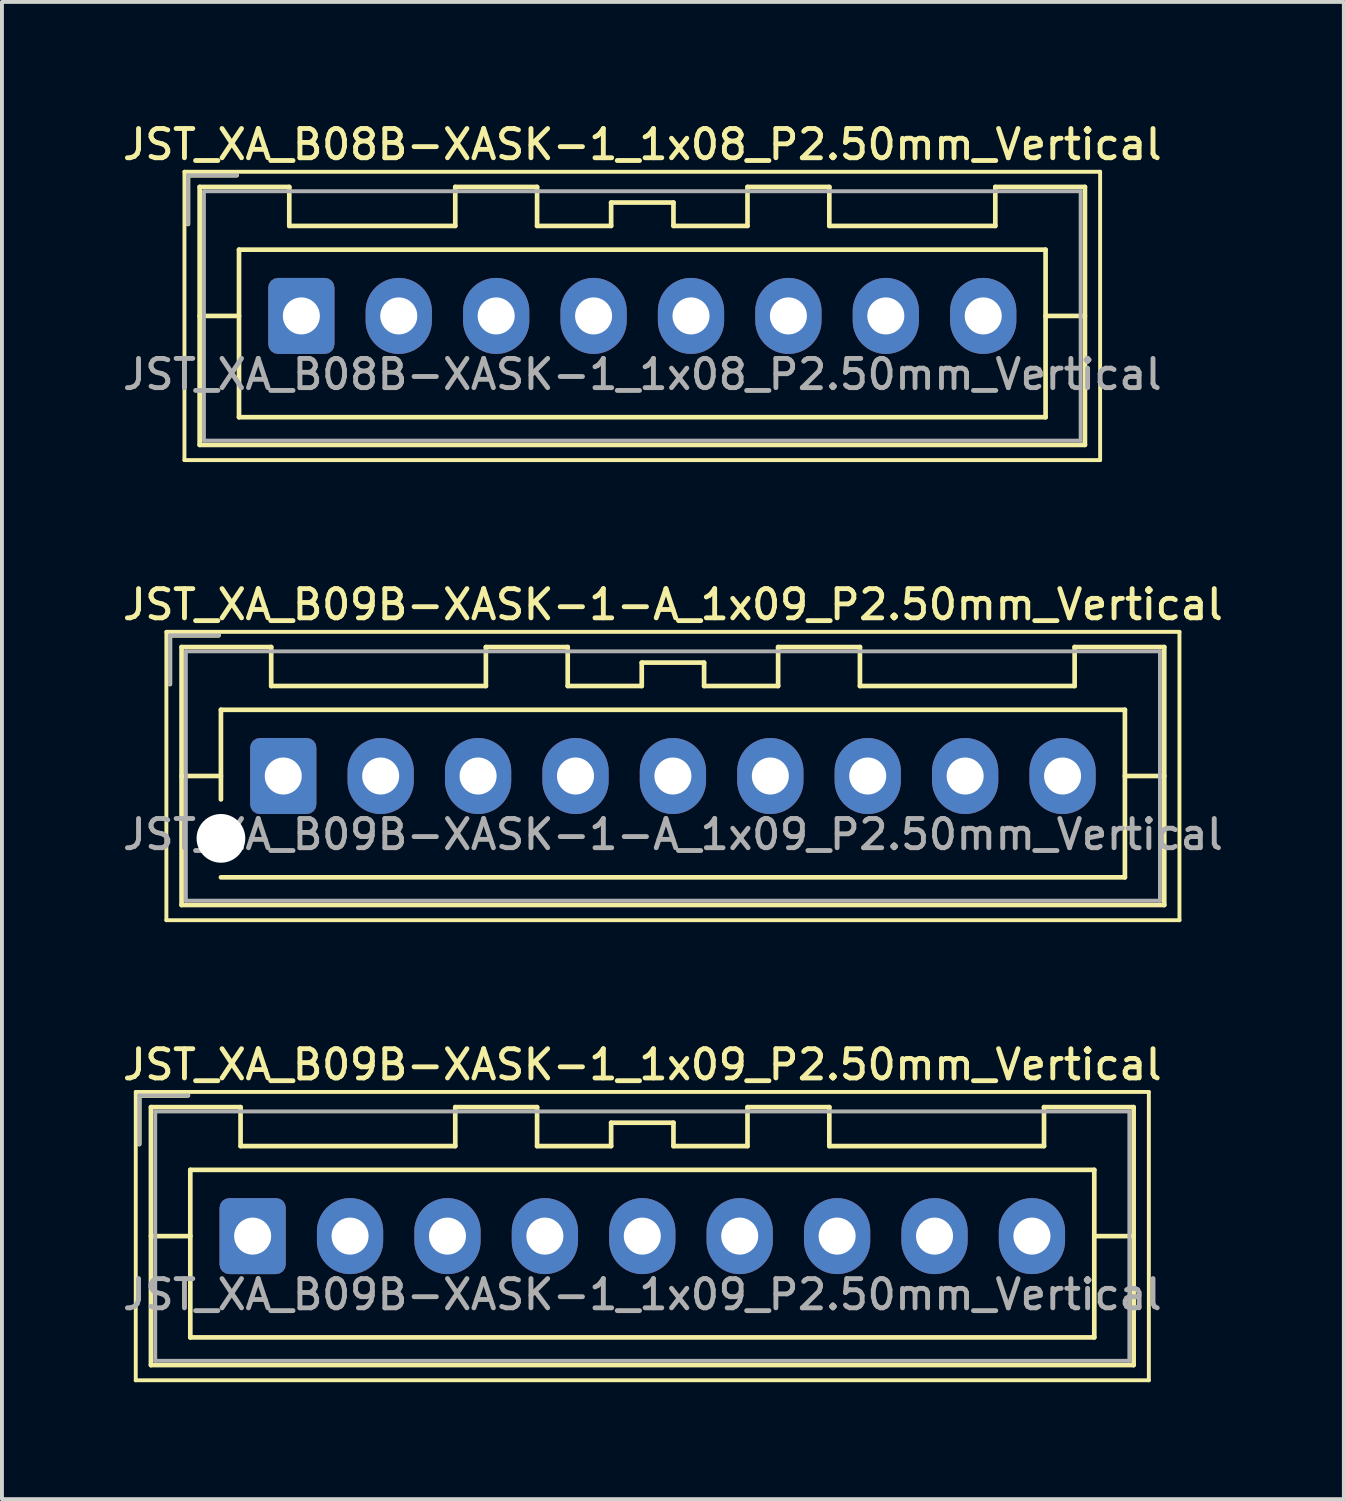
<source format=kicad_pcb>
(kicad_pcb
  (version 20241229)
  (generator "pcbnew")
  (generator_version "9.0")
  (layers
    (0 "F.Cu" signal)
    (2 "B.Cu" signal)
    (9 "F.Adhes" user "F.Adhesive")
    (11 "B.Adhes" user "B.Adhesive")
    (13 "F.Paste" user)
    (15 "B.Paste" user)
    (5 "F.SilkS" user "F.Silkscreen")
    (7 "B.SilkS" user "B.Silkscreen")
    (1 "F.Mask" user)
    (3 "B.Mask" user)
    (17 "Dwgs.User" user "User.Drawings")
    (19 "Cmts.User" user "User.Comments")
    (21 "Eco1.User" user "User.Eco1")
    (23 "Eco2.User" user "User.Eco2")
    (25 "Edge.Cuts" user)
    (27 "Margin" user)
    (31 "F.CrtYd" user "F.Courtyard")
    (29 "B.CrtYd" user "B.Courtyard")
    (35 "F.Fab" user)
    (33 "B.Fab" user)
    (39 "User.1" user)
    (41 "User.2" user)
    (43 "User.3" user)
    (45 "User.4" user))
  (footprint "JST_XA_B09B-XASK-1_1x09_P2.50mm_Vertical"
    (layer "F.Cu")
    (at 3.434 28.674)
    (property "Reference" "JST_XA_B09B-XASK-1_1x09_P2.50mm_Vertical" (at 10 -4.4 0) (layer "F.SilkS") (effects (font (size 0.75 0.75) (thickness 0.125))))
    (attr through_hole)
    (fp_line (start -3 -3.7) (end -3 3.7) (stroke (width 0.1) (type solid)) (layer "F.SilkS"))
    (fp_line (start -3 3.7) (end 23 3.7) (stroke (width 0.1) (type solid)) (layer "F.SilkS"))
    (fp_line (start -2.91 -3.61) (end -2.91 -2.36) (stroke (width 0.12) (type solid)) (layer "F.SilkS"))
    (fp_line (start -2.61 -3.31) (end -2.61 3.31) (stroke (width 0.12) (type solid)) (layer "F.SilkS"))
    (fp_line (start -2.61 0) (end -1.6 0) (stroke (width 0.12) (type solid)) (layer "F.SilkS"))
    (fp_line (start -2.61 3.31) (end 22.61 3.31) (stroke (width 0.12) (type solid)) (layer "F.SilkS"))
    (fp_line (start -1.66 -3.61) (end -2.91 -3.61) (stroke (width 0.12) (type solid)) (layer "F.SilkS"))
    (fp_line (start -1.6 -1.7) (end -1.6 2.6) (stroke (width 0.12) (type solid)) (layer "F.SilkS"))
    (fp_line (start -1.6 2.6) (end 21.6 2.6) (stroke (width 0.12) (type solid)) (layer "F.SilkS"))
    (fp_line (start -0.31 -3.31) (end -2.61 -3.31) (stroke (width 0.12) (type solid)) (layer "F.SilkS"))
    (fp_line (start -0.31 -2.31) (end -0.31 -3.31) (stroke (width 0.12) (type solid)) (layer "F.SilkS"))
    (fp_line (start 5.2 -3.31) (end 5.2 -2.31) (stroke (width 0.12) (type solid)) (layer "F.SilkS"))
    (fp_line (start 5.2 -2.31) (end -0.31 -2.31) (stroke (width 0.12) (type solid)) (layer "F.SilkS"))
    (fp_line (start 7.3 -3.31) (end 5.2 -3.31) (stroke (width 0.12) (type solid)) (layer "F.SilkS"))
    (fp_line (start 7.3 -2.31) (end 7.3 -3.31) (stroke (width 0.12) (type solid)) (layer "F.SilkS"))
    (fp_line (start 9.2 -2.91) (end 9.2 -2.31) (stroke (width 0.12) (type solid)) (layer "F.SilkS"))
    (fp_line (start 9.2 -2.31) (end 7.3 -2.31) (stroke (width 0.12) (type solid)) (layer "F.SilkS"))
    (fp_line (start 10.8 -2.91) (end 9.2 -2.91) (stroke (width 0.12) (type solid)) (layer "F.SilkS"))
    (fp_line (start 10.8 -2.31) (end 10.8 -2.91) (stroke (width 0.12) (type solid)) (layer "F.SilkS"))
    (fp_line (start 12.7 -3.31) (end 12.7 -2.31) (stroke (width 0.12) (type solid)) (layer "F.SilkS"))
    (fp_line (start 12.7 -2.31) (end 10.8 -2.31) (stroke (width 0.12) (type solid)) (layer "F.SilkS"))
    (fp_line (start 14.8 -3.31) (end 12.7 -3.31) (stroke (width 0.12) (type solid)) (layer "F.SilkS"))
    (fp_line (start 14.8 -2.31) (end 14.8 -3.31) (stroke (width 0.12) (type solid)) (layer "F.SilkS"))
    (fp_line (start 20.31 -3.31) (end 20.31 -2.31) (stroke (width 0.12) (type solid)) (layer "F.SilkS"))
    (fp_line (start 20.31 -2.31) (end 14.8 -2.31) (stroke (width 0.12) (type solid)) (layer "F.SilkS"))
    (fp_line (start 21.6 -1.7) (end -1.6 -1.7) (stroke (width 0.12) (type solid)) (layer "F.SilkS"))
    (fp_line (start 21.6 2.6) (end 21.6 -1.7) (stroke (width 0.12) (type solid)) (layer "F.SilkS"))
    (fp_line (start 22.61 -3.31) (end 20.31 -3.31) (stroke (width 0.12) (type solid)) (layer "F.SilkS"))
    (fp_line (start 22.61 0) (end 21.6 0) (stroke (width 0.12) (type solid)) (layer "F.SilkS"))
    (fp_line (start 22.61 3.31) (end 22.61 -3.31) (stroke (width 0.12) (type solid)) (layer "F.SilkS"))
    (fp_line (start 23 -3.7) (end -3 -3.7) (stroke (width 0.1) (type solid)) (layer "F.SilkS"))
    (fp_line (start 23 3.7) (end 23 -3.7) (stroke (width 0.1) (type solid)) (layer "F.SilkS"))
    (fp_line (start -2.91 -3.61) (end -2.91 -2.36) (stroke (width 0.1) (type solid)) (layer "F.Fab"))
    (fp_line (start -2.5 -3.2) (end -2.5 3.2) (stroke (width 0.1) (type solid)) (layer "F.Fab"))
    (fp_line (start -2.5 3.2) (end 22.5 3.2) (stroke (width 0.1) (type solid)) (layer "F.Fab"))
    (fp_line (start -1.66 -3.61) (end -2.91 -3.61) (stroke (width 0.1) (type solid)) (layer "F.Fab"))
    (fp_line (start 22.5 -3.2) (end -2.5 -3.2) (stroke (width 0.1) (type solid)) (layer "F.Fab"))
    (fp_line (start 22.5 3.2) (end 22.5 -3.2) (stroke (width 0.1) (type solid)) (layer "F.Fab"))
    (fp_text user "${REFERENCE}" (at 10 1.5 0) (layer "F.Fab") (effects (font (size 0.75 0.75) (thickness 0.125))))
    (pad "1" thru_hole roundrect (at 0 0) (size 1.7 1.95) (drill 0.95) (layers "*.Cu" "*.Mask") (roundrect_rratio 0.147))
    (pad "2" thru_hole oval (at 2.5 0) (size 1.7 1.95) (drill 0.95) (layers "*.Cu" "*.Mask"))
    (pad "3" thru_hole oval (at 5 0) (size 1.7 1.95) (drill 0.95) (layers "*.Cu" "*.Mask"))
    (pad "4" thru_hole oval (at 7.5 0) (size 1.7 1.95) (drill 0.95) (layers "*.Cu" "*.Mask"))
    (pad "5" thru_hole oval (at 10 0) (size 1.7 1.95) (drill 0.95) (layers "*.Cu" "*.Mask"))
    (pad "6" thru_hole oval (at 12.5 0) (size 1.7 1.95) (drill 0.95) (layers "*.Cu" "*.Mask"))
    (pad "7" thru_hole oval (at 15 0) (size 1.7 1.95) (drill 0.95) (layers "*.Cu" "*.Mask"))
    (pad "8" thru_hole oval (at 17.5 0) (size 1.7 1.95) (drill 0.95) (layers "*.Cu" "*.Mask"))
    (pad "9" thru_hole oval (at 20 0) (size 1.7 1.95) (drill 0.95) (layers "*.Cu" "*.Mask")))
  (footprint "JST_XA_B08B-XASK-1_1x08_P2.50mm_Vertical"
    (layer "F.Cu")
    (at 4.684 5.058)
    (property "Reference" "JST_XA_B08B-XASK-1_1x08_P2.50mm_Vertical" (at 8.75 -4.4 0) (layer "F.SilkS") (effects (font (size 0.75 0.75) (thickness 0.125))))
    (attr through_hole)
    (fp_line (start -3 -3.7) (end -3 3.7) (stroke (width 0.1) (type solid)) (layer "F.SilkS"))
    (fp_line (start -3 3.7) (end 20.5 3.7) (stroke (width 0.1) (type solid)) (layer "F.SilkS"))
    (fp_line (start -2.91 -3.61) (end -2.91 -2.36) (stroke (width 0.12) (type solid)) (layer "F.SilkS"))
    (fp_line (start -2.61 -3.31) (end -2.61 3.31) (stroke (width 0.12) (type solid)) (layer "F.SilkS"))
    (fp_line (start -2.61 0) (end -1.6 0) (stroke (width 0.12) (type solid)) (layer "F.SilkS"))
    (fp_line (start -2.61 3.31) (end 20.11 3.31) (stroke (width 0.12) (type solid)) (layer "F.SilkS"))
    (fp_line (start -1.66 -3.61) (end -2.91 -3.61) (stroke (width 0.12) (type solid)) (layer "F.SilkS"))
    (fp_line (start -1.6 -1.7) (end -1.6 2.6) (stroke (width 0.12) (type solid)) (layer "F.SilkS"))
    (fp_line (start -1.6 2.6) (end 19.1 2.6) (stroke (width 0.12) (type solid)) (layer "F.SilkS"))
    (fp_line (start -0.31 -3.31) (end -2.61 -3.31) (stroke (width 0.12) (type solid)) (layer "F.SilkS"))
    (fp_line (start -0.31 -2.31) (end -0.31 -3.31) (stroke (width 0.12) (type solid)) (layer "F.SilkS"))
    (fp_line (start 3.95 -3.31) (end 3.95 -2.31) (stroke (width 0.12) (type solid)) (layer "F.SilkS"))
    (fp_line (start 3.95 -2.31) (end -0.31 -2.31) (stroke (width 0.12) (type solid)) (layer "F.SilkS"))
    (fp_line (start 6.05 -3.31) (end 3.95 -3.31) (stroke (width 0.12) (type solid)) (layer "F.SilkS"))
    (fp_line (start 6.05 -2.31) (end 6.05 -3.31) (stroke (width 0.12) (type solid)) (layer "F.SilkS"))
    (fp_line (start 7.95 -2.91) (end 7.95 -2.31) (stroke (width 0.12) (type solid)) (layer "F.SilkS"))
    (fp_line (start 7.95 -2.31) (end 6.05 -2.31) (stroke (width 0.12) (type solid)) (layer "F.SilkS"))
    (fp_line (start 9.55 -2.91) (end 7.95 -2.91) (stroke (width 0.12) (type solid)) (layer "F.SilkS"))
    (fp_line (start 9.55 -2.31) (end 9.55 -2.91) (stroke (width 0.12) (type solid)) (layer "F.SilkS"))
    (fp_line (start 11.45 -3.31) (end 11.45 -2.31) (stroke (width 0.12) (type solid)) (layer "F.SilkS"))
    (fp_line (start 11.45 -2.31) (end 9.55 -2.31) (stroke (width 0.12) (type solid)) (layer "F.SilkS"))
    (fp_line (start 13.55 -3.31) (end 11.45 -3.31) (stroke (width 0.12) (type solid)) (layer "F.SilkS"))
    (fp_line (start 13.55 -2.31) (end 13.55 -3.31) (stroke (width 0.12) (type solid)) (layer "F.SilkS"))
    (fp_line (start 17.81 -3.31) (end 17.81 -2.31) (stroke (width 0.12) (type solid)) (layer "F.SilkS"))
    (fp_line (start 17.81 -2.31) (end 13.55 -2.31) (stroke (width 0.12) (type solid)) (layer "F.SilkS"))
    (fp_line (start 19.1 -1.7) (end -1.6 -1.7) (stroke (width 0.12) (type solid)) (layer "F.SilkS"))
    (fp_line (start 19.1 2.6) (end 19.1 -1.7) (stroke (width 0.12) (type solid)) (layer "F.SilkS"))
    (fp_line (start 20.11 -3.31) (end 17.81 -3.31) (stroke (width 0.12) (type solid)) (layer "F.SilkS"))
    (fp_line (start 20.11 0) (end 19.1 0) (stroke (width 0.12) (type solid)) (layer "F.SilkS"))
    (fp_line (start 20.11 3.31) (end 20.11 -3.31) (stroke (width 0.12) (type solid)) (layer "F.SilkS"))
    (fp_line (start 20.5 -3.7) (end -3 -3.7) (stroke (width 0.1) (type solid)) (layer "F.SilkS"))
    (fp_line (start 20.5 3.7) (end 20.5 -3.7) (stroke (width 0.1) (type solid)) (layer "F.SilkS"))
    (fp_line (start -2.91 -3.61) (end -2.91 -2.36) (stroke (width 0.1) (type solid)) (layer "F.Fab"))
    (fp_line (start -2.5 -3.2) (end -2.5 3.2) (stroke (width 0.1) (type solid)) (layer "F.Fab"))
    (fp_line (start -2.5 3.2) (end 20 3.2) (stroke (width 0.1) (type solid)) (layer "F.Fab"))
    (fp_line (start -1.66 -3.61) (end -2.91 -3.61) (stroke (width 0.1) (type solid)) (layer "F.Fab"))
    (fp_line (start 20 -3.2) (end -2.5 -3.2) (stroke (width 0.1) (type solid)) (layer "F.Fab"))
    (fp_line (start 20 3.2) (end 20 -3.2) (stroke (width 0.1) (type solid)) (layer "F.Fab"))
    (fp_text user "${REFERENCE}" (at 8.75 1.5 0) (layer "F.Fab") (effects (font (size 0.75 0.75) (thickness 0.125))))
    (pad "1" thru_hole roundrect (at 0 0) (size 1.7 1.95) (drill 0.95) (layers "*.Cu" "*.Mask") (roundrect_rratio 0.147))
    (pad "2" thru_hole oval (at 2.5 0) (size 1.7 1.95) (drill 0.95) (layers "*.Cu" "*.Mask"))
    (pad "3" thru_hole oval (at 5 0) (size 1.7 1.95) (drill 0.95) (layers "*.Cu" "*.Mask"))
    (pad "4" thru_hole oval (at 7.5 0) (size 1.7 1.95) (drill 0.95) (layers "*.Cu" "*.Mask"))
    (pad "5" thru_hole oval (at 10 0) (size 1.7 1.95) (drill 0.95) (layers "*.Cu" "*.Mask"))
    (pad "6" thru_hole oval (at 12.5 0) (size 1.7 1.95) (drill 0.95) (layers "*.Cu" "*.Mask"))
    (pad "7" thru_hole oval (at 15 0) (size 1.7 1.95) (drill 0.95) (layers "*.Cu" "*.Mask"))
    (pad "8" thru_hole oval (at 17.5 0) (size 1.7 1.95) (drill 0.95) (layers "*.Cu" "*.Mask")))
  (footprint "JST_XA_B09B-XASK-1-A_1x09_P2.50mm_Vertical"
    (layer "F.Cu")
    (at 4.22 16.866)
    (property "Reference" "JST_XA_B09B-XASK-1-A_1x09_P2.50mm_Vertical" (at 10 -4.4 0) (layer "F.SilkS") (effects (font (size 0.75 0.75) (thickness 0.125))))
    (attr through_hole)
    (fp_line (start -3 -3.7) (end -3 3.7) (stroke (width 0.1) (type solid)) (layer "F.SilkS"))
    (fp_line (start -3 3.7) (end 23 3.7) (stroke (width 0.1) (type solid)) (layer "F.SilkS"))
    (fp_line (start -2.91 -3.61) (end -2.91 -2.36) (stroke (width 0.12) (type solid)) (layer "F.SilkS"))
    (fp_line (start -2.61 -3.31) (end -2.61 3.31) (stroke (width 0.12) (type solid)) (layer "F.SilkS"))
    (fp_line (start -2.61 0) (end -1.6 0) (stroke (width 0.12) (type solid)) (layer "F.SilkS"))
    (fp_line (start -2.61 3.31) (end 22.61 3.31) (stroke (width 0.12) (type solid)) (layer "F.SilkS"))
    (fp_line (start -1.66 -3.61) (end -2.91 -3.61) (stroke (width 0.12) (type solid)) (layer "F.SilkS"))
    (fp_line (start -1.6 -1.7) (end 21.6 -1.7) (stroke (width 0.12) (type solid)) (layer "F.SilkS"))
    (fp_line (start -1.6 0.6) (end -1.6 -1.7) (stroke (width 0.12) (type solid)) (layer "F.SilkS"))
    (fp_line (start -0.31 -3.31) (end -2.61 -3.31) (stroke (width 0.12) (type solid)) (layer "F.SilkS"))
    (fp_line (start -0.31 -2.31) (end -0.31 -3.31) (stroke (width 0.12) (type solid)) (layer "F.SilkS"))
    (fp_line (start 5.2 -3.31) (end 5.2 -2.31) (stroke (width 0.12) (type solid)) (layer "F.SilkS"))
    (fp_line (start 5.2 -2.31) (end -0.31 -2.31) (stroke (width 0.12) (type solid)) (layer "F.SilkS"))
    (fp_line (start 7.3 -3.31) (end 5.2 -3.31) (stroke (width 0.12) (type solid)) (layer "F.SilkS"))
    (fp_line (start 7.3 -2.31) (end 7.3 -3.31) (stroke (width 0.12) (type solid)) (layer "F.SilkS"))
    (fp_line (start 9.2 -2.91) (end 9.2 -2.31) (stroke (width 0.12) (type solid)) (layer "F.SilkS"))
    (fp_line (start 9.2 -2.31) (end 7.3 -2.31) (stroke (width 0.12) (type solid)) (layer "F.SilkS"))
    (fp_line (start 10.8 -2.91) (end 9.2 -2.91) (stroke (width 0.12) (type solid)) (layer "F.SilkS"))
    (fp_line (start 10.8 -2.31) (end 10.8 -2.91) (stroke (width 0.12) (type solid)) (layer "F.SilkS"))
    (fp_line (start 12.7 -3.31) (end 12.7 -2.31) (stroke (width 0.12) (type solid)) (layer "F.SilkS"))
    (fp_line (start 12.7 -2.31) (end 10.8 -2.31) (stroke (width 0.12) (type solid)) (layer "F.SilkS"))
    (fp_line (start 14.8 -3.31) (end 12.7 -3.31) (stroke (width 0.12) (type solid)) (layer "F.SilkS"))
    (fp_line (start 14.8 -2.31) (end 14.8 -3.31) (stroke (width 0.12) (type solid)) (layer "F.SilkS"))
    (fp_line (start 20.31 -3.31) (end 20.31 -2.31) (stroke (width 0.12) (type solid)) (layer "F.SilkS"))
    (fp_line (start 20.31 -2.31) (end 14.8 -2.31) (stroke (width 0.12) (type solid)) (layer "F.SilkS"))
    (fp_line (start 21.6 -1.7) (end 21.6 2.6) (stroke (width 0.12) (type solid)) (layer "F.SilkS"))
    (fp_line (start 21.6 2.6) (end -1.6 2.6) (stroke (width 0.12) (type solid)) (layer "F.SilkS"))
    (fp_line (start 22.61 -3.31) (end 20.31 -3.31) (stroke (width 0.12) (type solid)) (layer "F.SilkS"))
    (fp_line (start 22.61 0) (end 21.6 0) (stroke (width 0.12) (type solid)) (layer "F.SilkS"))
    (fp_line (start 22.61 3.31) (end 22.61 -3.31) (stroke (width 0.12) (type solid)) (layer "F.SilkS"))
    (fp_line (start 23 -3.7) (end -3 -3.7) (stroke (width 0.1) (type solid)) (layer "F.SilkS"))
    (fp_line (start 23 3.7) (end 23 -3.7) (stroke (width 0.1) (type solid)) (layer "F.SilkS"))
    (fp_line (start -2.91 -3.61) (end -2.91 -2.36) (stroke (width 0.1) (type solid)) (layer "F.Fab"))
    (fp_line (start -2.5 -3.2) (end -2.5 3.2) (stroke (width 0.1) (type solid)) (layer "F.Fab"))
    (fp_line (start -2.5 3.2) (end 22.5 3.2) (stroke (width 0.1) (type solid)) (layer "F.Fab"))
    (fp_line (start -1.66 -3.61) (end -2.91 -3.61) (stroke (width 0.1) (type solid)) (layer "F.Fab"))
    (fp_line (start 22.5 -3.2) (end -2.5 -3.2) (stroke (width 0.1) (type solid)) (layer "F.Fab"))
    (fp_line (start 22.5 3.2) (end 22.5 -3.2) (stroke (width 0.1) (type solid)) (layer "F.Fab"))
    (fp_text user "${REFERENCE}" (at 10 1.5 0) (layer "F.Fab") (effects (font (size 0.75 0.75) (thickness 0.125))))
    (pad "" np_thru_hole circle (at -1.6 1.6) (size 1.25 1.25) (drill 1.25) (layers "*.Cu" "*.Mask"))
    (pad "1" thru_hole roundrect (at 0 0) (size 1.7 1.95) (drill 0.95) (layers "*.Cu" "*.Mask") (roundrect_rratio 0.147))
    (pad "2" thru_hole oval (at 2.5 0) (size 1.7 1.95) (drill 0.95) (layers "*.Cu" "*.Mask"))
    (pad "3" thru_hole oval (at 5 0) (size 1.7 1.95) (drill 0.95) (layers "*.Cu" "*.Mask"))
    (pad "4" thru_hole oval (at 7.5 0) (size 1.7 1.95) (drill 0.95) (layers "*.Cu" "*.Mask"))
    (pad "5" thru_hole oval (at 10 0) (size 1.7 1.95) (drill 0.95) (layers "*.Cu" "*.Mask"))
    (pad "6" thru_hole oval (at 12.5 0) (size 1.7 1.95) (drill 0.95) (layers "*.Cu" "*.Mask"))
    (pad "7" thru_hole oval (at 15 0) (size 1.7 1.95) (drill 0.95) (layers "*.Cu" "*.Mask"))
    (pad "8" thru_hole oval (at 17.5 0) (size 1.7 1.95) (drill 0.95) (layers "*.Cu" "*.Mask"))
    (pad "9" thru_hole oval (at 20 0) (size 1.7 1.95) (drill 0.95) (layers "*.Cu" "*.Mask")))
  (gr_rect
    (start -3 -3)
    (end 31.439 35.424)
    (stroke (width 0.1) (type default))
    (fill no)
    (layer "Edge.Cuts")))
</source>
